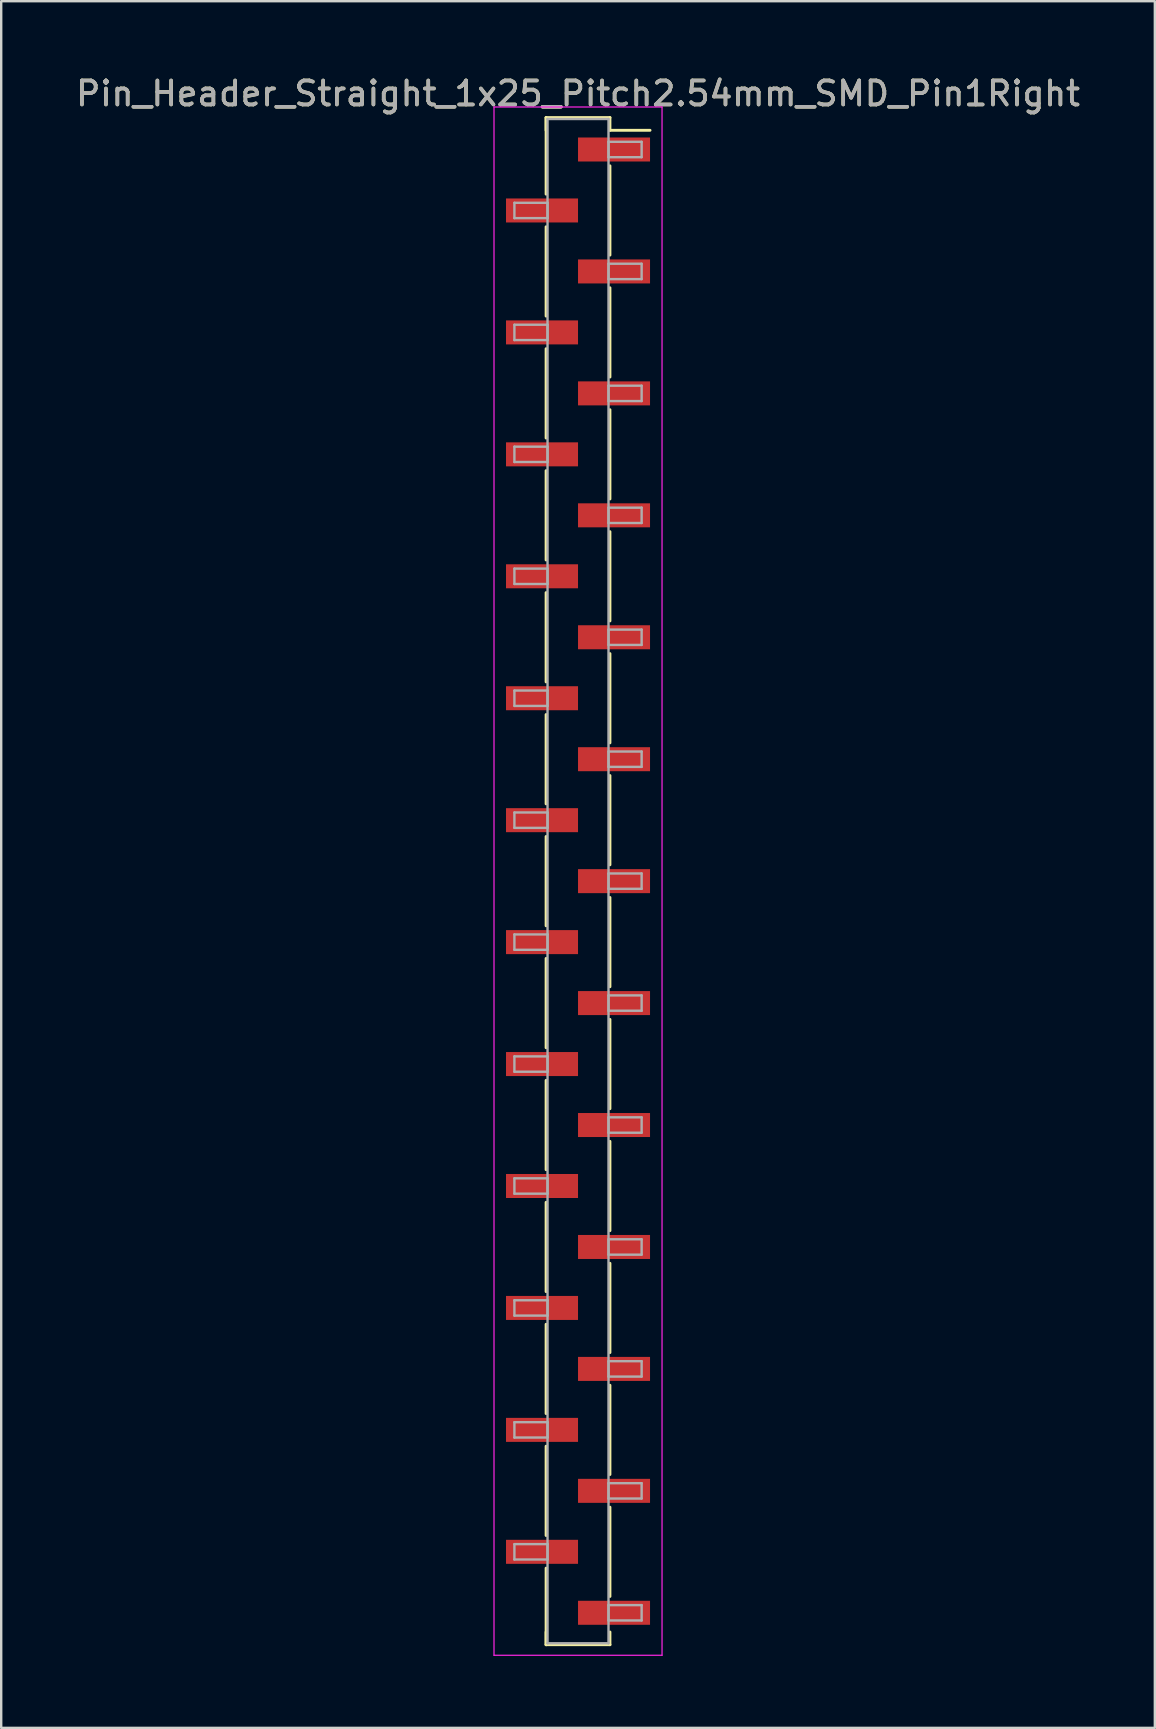
<source format=kicad_pcb>
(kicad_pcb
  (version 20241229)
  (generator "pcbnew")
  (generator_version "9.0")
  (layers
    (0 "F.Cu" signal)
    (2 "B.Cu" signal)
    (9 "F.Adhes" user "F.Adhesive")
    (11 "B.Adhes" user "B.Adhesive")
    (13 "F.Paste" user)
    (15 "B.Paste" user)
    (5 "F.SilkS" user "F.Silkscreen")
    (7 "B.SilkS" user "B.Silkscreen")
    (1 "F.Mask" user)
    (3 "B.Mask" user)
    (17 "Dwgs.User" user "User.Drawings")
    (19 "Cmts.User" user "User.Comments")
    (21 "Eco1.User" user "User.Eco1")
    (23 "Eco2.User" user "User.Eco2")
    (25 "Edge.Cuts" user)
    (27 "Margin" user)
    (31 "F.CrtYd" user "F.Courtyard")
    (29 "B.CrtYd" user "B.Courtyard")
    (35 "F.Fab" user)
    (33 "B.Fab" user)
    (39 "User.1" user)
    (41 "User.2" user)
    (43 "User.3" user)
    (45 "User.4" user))
  (footprint "Pin_Header_Straight_1x25_Pitch2.54mm_SMD_Pin1Right"
    (layer "F.Cu")
    (at 21.03 33.658)
    (property "Reference" "Pin_Header_Straight_1x25_Pitch2.54mm_SMD_Pin1Right" (at 0 -32.81 0) (layer "F.SilkS") (effects (font (size 1 1) (thickness 0.15))))
    (attr smd)
    (fp_line (start -1.33 -31.81) (end -1.33 -28.62) (stroke (width 0.12) (type solid)) (layer "F.SilkS"))
    (fp_line (start -1.33 -31.81) (end 1.33 -31.81) (stroke (width 0.12) (type solid)) (layer "F.SilkS"))
    (fp_line (start -1.33 -31.28) (end -1.33 -31.81) (stroke (width 0.12) (type solid)) (layer "F.SilkS"))
    (fp_line (start -1.33 -27.26) (end -1.33 -23.54) (stroke (width 0.12) (type solid)) (layer "F.SilkS"))
    (fp_line (start -1.33 -22.18) (end -1.33 -18.46) (stroke (width 0.12) (type solid)) (layer "F.SilkS"))
    (fp_line (start -1.33 -17.1) (end -1.33 -13.38) (stroke (width 0.12) (type solid)) (layer "F.SilkS"))
    (fp_line (start -1.33 -12.02) (end -1.33 -8.3) (stroke (width 0.12) (type solid)) (layer "F.SilkS"))
    (fp_line (start -1.33 -6.94) (end -1.33 -3.22) (stroke (width 0.12) (type solid)) (layer "F.SilkS"))
    (fp_line (start -1.33 -1.86) (end -1.33 1.86) (stroke (width 0.12) (type solid)) (layer "F.SilkS"))
    (fp_line (start -1.33 3.22) (end -1.33 6.94) (stroke (width 0.12) (type solid)) (layer "F.SilkS"))
    (fp_line (start -1.33 8.3) (end -1.33 12.02) (stroke (width 0.12) (type solid)) (layer "F.SilkS"))
    (fp_line (start -1.33 13.38) (end -1.33 17.1) (stroke (width 0.12) (type solid)) (layer "F.SilkS"))
    (fp_line (start -1.33 18.46) (end -1.33 22.18) (stroke (width 0.12) (type solid)) (layer "F.SilkS"))
    (fp_line (start -1.33 23.54) (end -1.33 27.26) (stroke (width 0.12) (type solid)) (layer "F.SilkS"))
    (fp_line (start -1.33 28.62) (end -1.33 31.81) (stroke (width 0.12) (type solid)) (layer "F.SilkS"))
    (fp_line (start -1.33 31.28) (end -1.33 31.81) (stroke (width 0.12) (type solid)) (layer "F.SilkS"))
    (fp_line (start -1.33 31.81) (end 1.33 31.81) (stroke (width 0.12) (type solid)) (layer "F.SilkS"))
    (fp_line (start 1.33 -31.81) (end 1.33 -31.28) (stroke (width 0.12) (type solid)) (layer "F.SilkS"))
    (fp_line (start 1.33 -31.28) (end 3 -31.28) (stroke (width 0.12) (type solid)) (layer "F.SilkS"))
    (fp_line (start 1.33 -29.8) (end 1.33 -26.08) (stroke (width 0.12) (type solid)) (layer "F.SilkS"))
    (fp_line (start 1.33 -24.72) (end 1.33 -21) (stroke (width 0.12) (type solid)) (layer "F.SilkS"))
    (fp_line (start 1.33 -19.64) (end 1.33 -15.92) (stroke (width 0.12) (type solid)) (layer "F.SilkS"))
    (fp_line (start 1.33 -14.56) (end 1.33 -10.84) (stroke (width 0.12) (type solid)) (layer "F.SilkS"))
    (fp_line (start 1.33 -9.48) (end 1.33 -5.76) (stroke (width 0.12) (type solid)) (layer "F.SilkS"))
    (fp_line (start 1.33 -4.4) (end 1.33 -0.68) (stroke (width 0.12) (type solid)) (layer "F.SilkS"))
    (fp_line (start 1.33 0.68) (end 1.33 4.4) (stroke (width 0.12) (type solid)) (layer "F.SilkS"))
    (fp_line (start 1.33 5.76) (end 1.33 9.48) (stroke (width 0.12) (type solid)) (layer "F.SilkS"))
    (fp_line (start 1.33 10.84) (end 1.33 14.56) (stroke (width 0.12) (type solid)) (layer "F.SilkS"))
    (fp_line (start 1.33 15.92) (end 1.33 19.64) (stroke (width 0.12) (type solid)) (layer "F.SilkS"))
    (fp_line (start 1.33 21) (end 1.33 24.72) (stroke (width 0.12) (type solid)) (layer "F.SilkS"))
    (fp_line (start 1.33 26.08) (end 1.33 29.8) (stroke (width 0.12) (type solid)) (layer "F.SilkS"))
    (fp_line (start 1.33 31.81) (end 1.33 31.28) (stroke (width 0.12) (type solid)) (layer "F.SilkS"))
    (fp_line (start -3.5 -32.25) (end -3.5 32.25) (stroke (width 0.05) (type solid)) (layer "F.CrtYd"))
    (fp_line (start -3.5 32.25) (end 3.5 32.25) (stroke (width 0.05) (type solid)) (layer "F.CrtYd"))
    (fp_line (start 3.5 -32.25) (end -3.5 -32.25) (stroke (width 0.05) (type solid)) (layer "F.CrtYd"))
    (fp_line (start 3.5 32.25) (end 3.5 -32.25) (stroke (width 0.05) (type solid)) (layer "F.CrtYd"))
    (fp_line (start -2.65 -28.26) (end -1.27 -28.26) (stroke (width 0.1) (type solid)) (layer "F.Fab"))
    (fp_line (start -2.65 -27.62) (end -2.65 -28.26) (stroke (width 0.1) (type solid)) (layer "F.Fab"))
    (fp_line (start -2.65 -23.18) (end -1.27 -23.18) (stroke (width 0.1) (type solid)) (layer "F.Fab"))
    (fp_line (start -2.65 -22.54) (end -2.65 -23.18) (stroke (width 0.1) (type solid)) (layer "F.Fab"))
    (fp_line (start -2.65 -18.1) (end -1.27 -18.1) (stroke (width 0.1) (type solid)) (layer "F.Fab"))
    (fp_line (start -2.65 -17.46) (end -2.65 -18.1) (stroke (width 0.1) (type solid)) (layer "F.Fab"))
    (fp_line (start -2.65 -13.02) (end -1.27 -13.02) (stroke (width 0.1) (type solid)) (layer "F.Fab"))
    (fp_line (start -2.65 -12.38) (end -2.65 -13.02) (stroke (width 0.1) (type solid)) (layer "F.Fab"))
    (fp_line (start -2.65 -7.94) (end -1.27 -7.94) (stroke (width 0.1) (type solid)) (layer "F.Fab"))
    (fp_line (start -2.65 -7.3) (end -2.65 -7.94) (stroke (width 0.1) (type solid)) (layer "F.Fab"))
    (fp_line (start -2.65 -2.86) (end -1.27 -2.86) (stroke (width 0.1) (type solid)) (layer "F.Fab"))
    (fp_line (start -2.65 -2.22) (end -2.65 -2.86) (stroke (width 0.1) (type solid)) (layer "F.Fab"))
    (fp_line (start -2.65 2.22) (end -1.27 2.22) (stroke (width 0.1) (type solid)) (layer "F.Fab"))
    (fp_line (start -2.65 2.86) (end -2.65 2.22) (stroke (width 0.1) (type solid)) (layer "F.Fab"))
    (fp_line (start -2.65 7.3) (end -1.27 7.3) (stroke (width 0.1) (type solid)) (layer "F.Fab"))
    (fp_line (start -2.65 7.94) (end -2.65 7.3) (stroke (width 0.1) (type solid)) (layer "F.Fab"))
    (fp_line (start -2.65 12.38) (end -1.27 12.38) (stroke (width 0.1) (type solid)) (layer "F.Fab"))
    (fp_line (start -2.65 13.02) (end -2.65 12.38) (stroke (width 0.1) (type solid)) (layer "F.Fab"))
    (fp_line (start -2.65 17.46) (end -1.27 17.46) (stroke (width 0.1) (type solid)) (layer "F.Fab"))
    (fp_line (start -2.65 18.1) (end -2.65 17.46) (stroke (width 0.1) (type solid)) (layer "F.Fab"))
    (fp_line (start -2.65 22.54) (end -1.27 22.54) (stroke (width 0.1) (type solid)) (layer "F.Fab"))
    (fp_line (start -2.65 23.18) (end -2.65 22.54) (stroke (width 0.1) (type solid)) (layer "F.Fab"))
    (fp_line (start -2.65 27.62) (end -1.27 27.62) (stroke (width 0.1) (type solid)) (layer "F.Fab"))
    (fp_line (start -2.65 28.26) (end -2.65 27.62) (stroke (width 0.1) (type solid)) (layer "F.Fab"))
    (fp_line (start -1.27 -31.75) (end -1.27 31.75) (stroke (width 0.1) (type solid)) (layer "F.Fab"))
    (fp_line (start -1.27 -28.26) (end -1.27 -27.62) (stroke (width 0.1) (type solid)) (layer "F.Fab"))
    (fp_line (start -1.27 -27.62) (end -2.65 -27.62) (stroke (width 0.1) (type solid)) (layer "F.Fab"))
    (fp_line (start -1.27 -23.18) (end -1.27 -22.54) (stroke (width 0.1) (type solid)) (layer "F.Fab"))
    (fp_line (start -1.27 -22.54) (end -2.65 -22.54) (stroke (width 0.1) (type solid)) (layer "F.Fab"))
    (fp_line (start -1.27 -18.1) (end -1.27 -17.46) (stroke (width 0.1) (type solid)) (layer "F.Fab"))
    (fp_line (start -1.27 -17.46) (end -2.65 -17.46) (stroke (width 0.1) (type solid)) (layer "F.Fab"))
    (fp_line (start -1.27 -13.02) (end -1.27 -12.38) (stroke (width 0.1) (type solid)) (layer "F.Fab"))
    (fp_line (start -1.27 -12.38) (end -2.65 -12.38) (stroke (width 0.1) (type solid)) (layer "F.Fab"))
    (fp_line (start -1.27 -7.94) (end -1.27 -7.3) (stroke (width 0.1) (type solid)) (layer "F.Fab"))
    (fp_line (start -1.27 -7.3) (end -2.65 -7.3) (stroke (width 0.1) (type solid)) (layer "F.Fab"))
    (fp_line (start -1.27 -2.86) (end -1.27 -2.22) (stroke (width 0.1) (type solid)) (layer "F.Fab"))
    (fp_line (start -1.27 -2.22) (end -2.65 -2.22) (stroke (width 0.1) (type solid)) (layer "F.Fab"))
    (fp_line (start -1.27 2.22) (end -1.27 2.86) (stroke (width 0.1) (type solid)) (layer "F.Fab"))
    (fp_line (start -1.27 2.86) (end -2.65 2.86) (stroke (width 0.1) (type solid)) (layer "F.Fab"))
    (fp_line (start -1.27 7.3) (end -1.27 7.94) (stroke (width 0.1) (type solid)) (layer "F.Fab"))
    (fp_line (start -1.27 7.94) (end -2.65 7.94) (stroke (width 0.1) (type solid)) (layer "F.Fab"))
    (fp_line (start -1.27 12.38) (end -1.27 13.02) (stroke (width 0.1) (type solid)) (layer "F.Fab"))
    (fp_line (start -1.27 13.02) (end -2.65 13.02) (stroke (width 0.1) (type solid)) (layer "F.Fab"))
    (fp_line (start -1.27 17.46) (end -1.27 18.1) (stroke (width 0.1) (type solid)) (layer "F.Fab"))
    (fp_line (start -1.27 18.1) (end -2.65 18.1) (stroke (width 0.1) (type solid)) (layer "F.Fab"))
    (fp_line (start -1.27 22.54) (end -1.27 23.18) (stroke (width 0.1) (type solid)) (layer "F.Fab"))
    (fp_line (start -1.27 23.18) (end -2.65 23.18) (stroke (width 0.1) (type solid)) (layer "F.Fab"))
    (fp_line (start -1.27 27.62) (end -1.27 28.26) (stroke (width 0.1) (type solid)) (layer "F.Fab"))
    (fp_line (start -1.27 28.26) (end -2.65 28.26) (stroke (width 0.1) (type solid)) (layer "F.Fab"))
    (fp_line (start -1.27 31.75) (end 1.27 31.75) (stroke (width 0.1) (type solid)) (layer "F.Fab"))
    (fp_line (start 1.27 -31.75) (end -1.27 -31.75) (stroke (width 0.1) (type solid)) (layer "F.Fab"))
    (fp_line (start 1.27 -30.8) (end 1.27 -30.16) (stroke (width 0.1) (type solid)) (layer "F.Fab"))
    (fp_line (start 1.27 -30.16) (end 2.65 -30.16) (stroke (width 0.1) (type solid)) (layer "F.Fab"))
    (fp_line (start 1.27 -25.72) (end 1.27 -25.08) (stroke (width 0.1) (type solid)) (layer "F.Fab"))
    (fp_line (start 1.27 -25.08) (end 2.65 -25.08) (stroke (width 0.1) (type solid)) (layer "F.Fab"))
    (fp_line (start 1.27 -20.64) (end 1.27 -20) (stroke (width 0.1) (type solid)) (layer "F.Fab"))
    (fp_line (start 1.27 -20) (end 2.65 -20) (stroke (width 0.1) (type solid)) (layer "F.Fab"))
    (fp_line (start 1.27 -15.56) (end 1.27 -14.92) (stroke (width 0.1) (type solid)) (layer "F.Fab"))
    (fp_line (start 1.27 -14.92) (end 2.65 -14.92) (stroke (width 0.1) (type solid)) (layer "F.Fab"))
    (fp_line (start 1.27 -10.48) (end 1.27 -9.84) (stroke (width 0.1) (type solid)) (layer "F.Fab"))
    (fp_line (start 1.27 -9.84) (end 2.65 -9.84) (stroke (width 0.1) (type solid)) (layer "F.Fab"))
    (fp_line (start 1.27 -5.4) (end 1.27 -4.76) (stroke (width 0.1) (type solid)) (layer "F.Fab"))
    (fp_line (start 1.27 -4.76) (end 2.65 -4.76) (stroke (width 0.1) (type solid)) (layer "F.Fab"))
    (fp_line (start 1.27 -0.32) (end 1.27 0.32) (stroke (width 0.1) (type solid)) (layer "F.Fab"))
    (fp_line (start 1.27 0.32) (end 2.65 0.32) (stroke (width 0.1) (type solid)) (layer "F.Fab"))
    (fp_line (start 1.27 4.76) (end 1.27 5.4) (stroke (width 0.1) (type solid)) (layer "F.Fab"))
    (fp_line (start 1.27 5.4) (end 2.65 5.4) (stroke (width 0.1) (type solid)) (layer "F.Fab"))
    (fp_line (start 1.27 9.84) (end 1.27 10.48) (stroke (width 0.1) (type solid)) (layer "F.Fab"))
    (fp_line (start 1.27 10.48) (end 2.65 10.48) (stroke (width 0.1) (type solid)) (layer "F.Fab"))
    (fp_line (start 1.27 14.92) (end 1.27 15.56) (stroke (width 0.1) (type solid)) (layer "F.Fab"))
    (fp_line (start 1.27 15.56) (end 2.65 15.56) (stroke (width 0.1) (type solid)) (layer "F.Fab"))
    (fp_line (start 1.27 20) (end 1.27 20.64) (stroke (width 0.1) (type solid)) (layer "F.Fab"))
    (fp_line (start 1.27 20.64) (end 2.65 20.64) (stroke (width 0.1) (type solid)) (layer "F.Fab"))
    (fp_line (start 1.27 25.08) (end 1.27 25.72) (stroke (width 0.1) (type solid)) (layer "F.Fab"))
    (fp_line (start 1.27 25.72) (end 2.65 25.72) (stroke (width 0.1) (type solid)) (layer "F.Fab"))
    (fp_line (start 1.27 30.16) (end 1.27 30.8) (stroke (width 0.1) (type solid)) (layer "F.Fab"))
    (fp_line (start 1.27 30.8) (end 2.65 30.8) (stroke (width 0.1) (type solid)) (layer "F.Fab"))
    (fp_line (start 1.27 31.75) (end 1.27 -31.75) (stroke (width 0.1) (type solid)) (layer "F.Fab"))
    (fp_line (start 2.65 -30.8) (end 1.27 -30.8) (stroke (width 0.1) (type solid)) (layer "F.Fab"))
    (fp_line (start 2.65 -30.16) (end 2.65 -30.8) (stroke (width 0.1) (type solid)) (layer "F.Fab"))
    (fp_line (start 2.65 -25.72) (end 1.27 -25.72) (stroke (width 0.1) (type solid)) (layer "F.Fab"))
    (fp_line (start 2.65 -25.08) (end 2.65 -25.72) (stroke (width 0.1) (type solid)) (layer "F.Fab"))
    (fp_line (start 2.65 -20.64) (end 1.27 -20.64) (stroke (width 0.1) (type solid)) (layer "F.Fab"))
    (fp_line (start 2.65 -20) (end 2.65 -20.64) (stroke (width 0.1) (type solid)) (layer "F.Fab"))
    (fp_line (start 2.65 -15.56) (end 1.27 -15.56) (stroke (width 0.1) (type solid)) (layer "F.Fab"))
    (fp_line (start 2.65 -14.92) (end 2.65 -15.56) (stroke (width 0.1) (type solid)) (layer "F.Fab"))
    (fp_line (start 2.65 -10.48) (end 1.27 -10.48) (stroke (width 0.1) (type solid)) (layer "F.Fab"))
    (fp_line (start 2.65 -9.84) (end 2.65 -10.48) (stroke (width 0.1) (type solid)) (layer "F.Fab"))
    (fp_line (start 2.65 -5.4) (end 1.27 -5.4) (stroke (width 0.1) (type solid)) (layer "F.Fab"))
    (fp_line (start 2.65 -4.76) (end 2.65 -5.4) (stroke (width 0.1) (type solid)) (layer "F.Fab"))
    (fp_line (start 2.65 -0.32) (end 1.27 -0.32) (stroke (width 0.1) (type solid)) (layer "F.Fab"))
    (fp_line (start 2.65 0.32) (end 2.65 -0.32) (stroke (width 0.1) (type solid)) (layer "F.Fab"))
    (fp_line (start 2.65 4.76) (end 1.27 4.76) (stroke (width 0.1) (type solid)) (layer "F.Fab"))
    (fp_line (start 2.65 5.4) (end 2.65 4.76) (stroke (width 0.1) (type solid)) (layer "F.Fab"))
    (fp_line (start 2.65 9.84) (end 1.27 9.84) (stroke (width 0.1) (type solid)) (layer "F.Fab"))
    (fp_line (start 2.65 10.48) (end 2.65 9.84) (stroke (width 0.1) (type solid)) (layer "F.Fab"))
    (fp_line (start 2.65 14.92) (end 1.27 14.92) (stroke (width 0.1) (type solid)) (layer "F.Fab"))
    (fp_line (start 2.65 15.56) (end 2.65 14.92) (stroke (width 0.1) (type solid)) (layer "F.Fab"))
    (fp_line (start 2.65 20) (end 1.27 20) (stroke (width 0.1) (type solid)) (layer "F.Fab"))
    (fp_line (start 2.65 20.64) (end 2.65 20) (stroke (width 0.1) (type solid)) (layer "F.Fab"))
    (fp_line (start 2.65 25.08) (end 1.27 25.08) (stroke (width 0.1) (type solid)) (layer "F.Fab"))
    (fp_line (start 2.65 25.72) (end 2.65 25.08) (stroke (width 0.1) (type solid)) (layer "F.Fab"))
    (fp_line (start 2.65 30.16) (end 1.27 30.16) (stroke (width 0.1) (type solid)) (layer "F.Fab"))
    (fp_line (start 2.65 30.8) (end 2.65 30.16) (stroke (width 0.1) (type solid)) (layer "F.Fab"))
    (fp_text user "${REFERENCE}" (at 0 -32.81 0) (layer "F.Fab") (effects (font (size 1 1) (thickness 0.15))))
    (pad "1" smd rect (at 1.5 -30.48) (size 3 1) (layers "F.Cu" "F.Mask" "F.Paste"))
    (pad "2" smd rect (at -1.5 -27.94) (size 3 1) (layers "F.Cu" "F.Mask" "F.Paste"))
    (pad "3" smd rect (at 1.5 -25.4) (size 3 1) (layers "F.Cu" "F.Mask" "F.Paste"))
    (pad "4" smd rect (at -1.5 -22.86) (size 3 1) (layers "F.Cu" "F.Mask" "F.Paste"))
    (pad "5" smd rect (at 1.5 -20.32) (size 3 1) (layers "F.Cu" "F.Mask" "F.Paste"))
    (pad "6" smd rect (at -1.5 -17.78) (size 3 1) (layers "F.Cu" "F.Mask" "F.Paste"))
    (pad "7" smd rect (at 1.5 -15.24) (size 3 1) (layers "F.Cu" "F.Mask" "F.Paste"))
    (pad "8" smd rect (at -1.5 -12.7) (size 3 1) (layers "F.Cu" "F.Mask" "F.Paste"))
    (pad "9" smd rect (at 1.5 -10.16) (size 3 1) (layers "F.Cu" "F.Mask" "F.Paste"))
    (pad "10" smd rect (at -1.5 -7.62) (size 3 1) (layers "F.Cu" "F.Mask" "F.Paste"))
    (pad "11" smd rect (at 1.5 -5.08) (size 3 1) (layers "F.Cu" "F.Mask" "F.Paste"))
    (pad "12" smd rect (at -1.5 -2.54) (size 3 1) (layers "F.Cu" "F.Mask" "F.Paste"))
    (pad "13" smd rect (at 1.5 0) (size 3 1) (layers "F.Cu" "F.Mask" "F.Paste"))
    (pad "14" smd rect (at -1.5 2.54) (size 3 1) (layers "F.Cu" "F.Mask" "F.Paste"))
    (pad "15" smd rect (at 1.5 5.08) (size 3 1) (layers "F.Cu" "F.Mask" "F.Paste"))
    (pad "16" smd rect (at -1.5 7.62) (size 3 1) (layers "F.Cu" "F.Mask" "F.Paste"))
    (pad "17" smd rect (at 1.5 10.16) (size 3 1) (layers "F.Cu" "F.Mask" "F.Paste"))
    (pad "18" smd rect (at -1.5 12.7) (size 3 1) (layers "F.Cu" "F.Mask" "F.Paste"))
    (pad "19" smd rect (at 1.5 15.24) (size 3 1) (layers "F.Cu" "F.Mask" "F.Paste"))
    (pad "20" smd rect (at -1.5 17.78) (size 3 1) (layers "F.Cu" "F.Mask" "F.Paste"))
    (pad "21" smd rect (at 1.5 20.32) (size 3 1) (layers "F.Cu" "F.Mask" "F.Paste"))
    (pad "22" smd rect (at -1.5 22.86) (size 3 1) (layers "F.Cu" "F.Mask" "F.Paste"))
    (pad "23" smd rect (at 1.5 25.4) (size 3 1) (layers "F.Cu" "F.Mask" "F.Paste"))
    (pad "24" smd rect (at -1.5 27.94) (size 3 1) (layers "F.Cu" "F.Mask" "F.Paste"))
    (pad "25" smd rect (at 1.5 30.48) (size 3 1) (layers "F.Cu" "F.Mask" "F.Paste")))
  (gr_rect
    (start -3 -3)
    (end 45.06 68.933)
    (stroke (width 0.1) (type default))
    (fill no)
    (layer "Edge.Cuts")))
</source>
